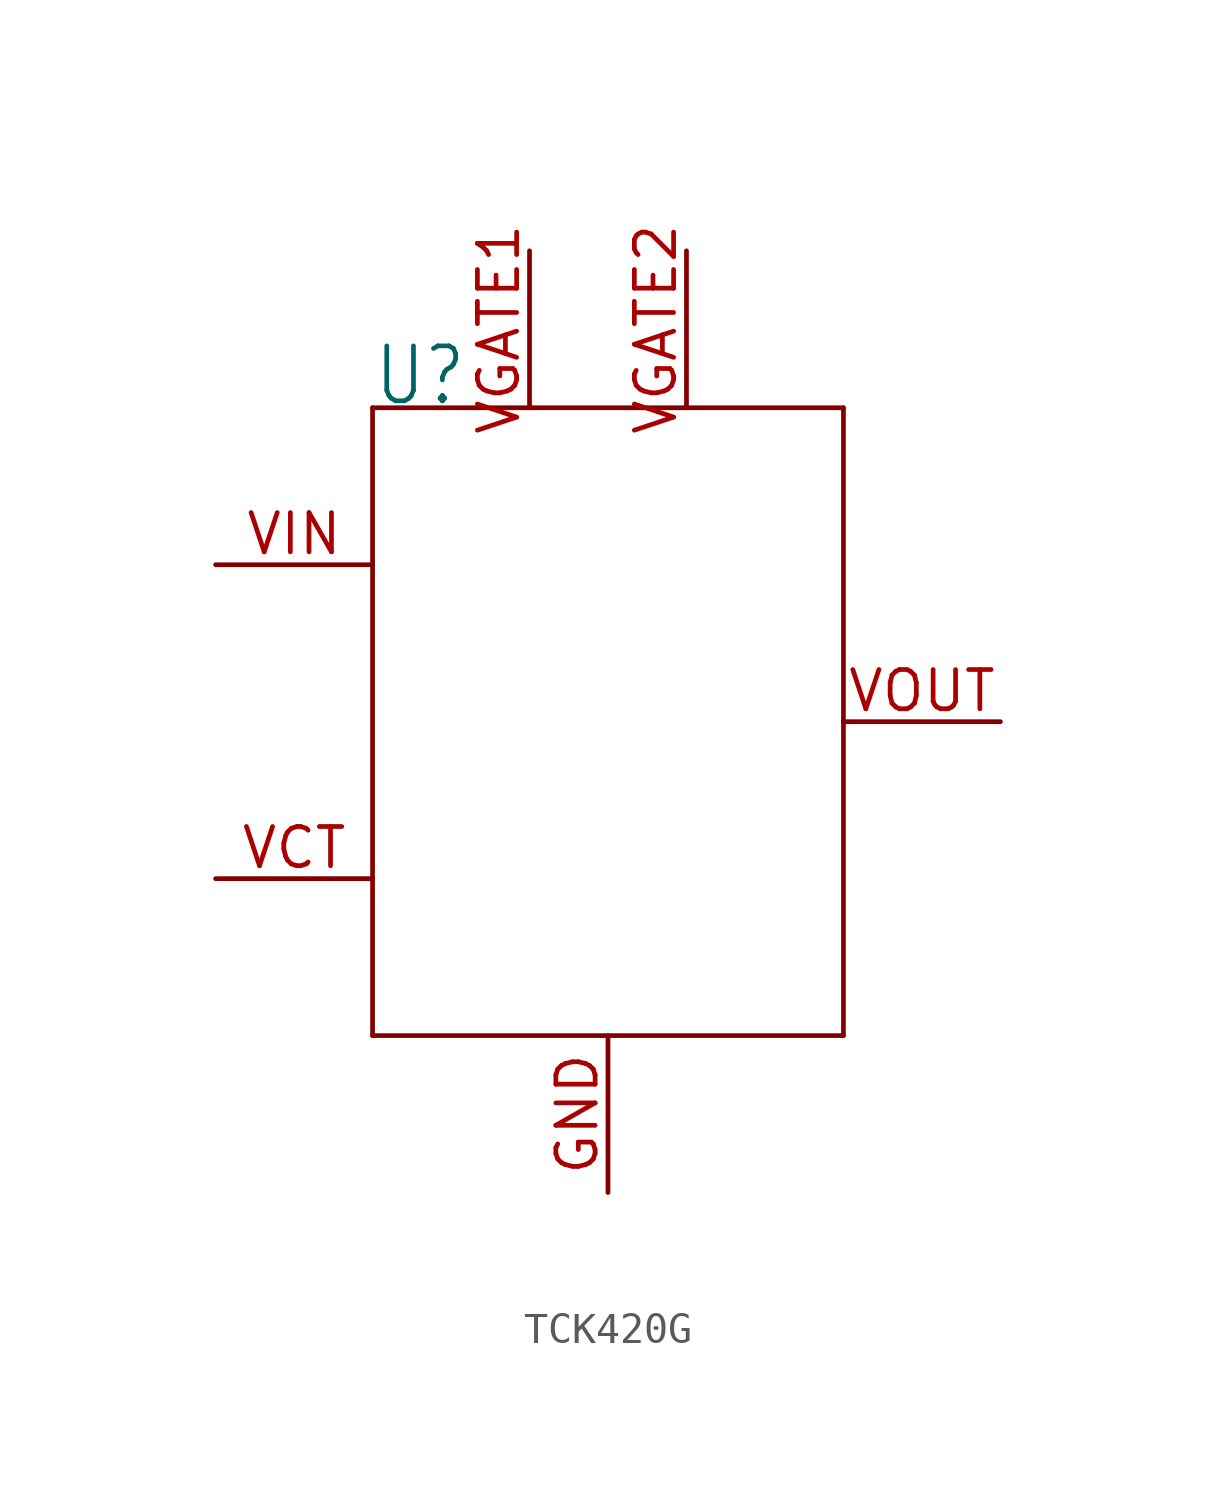
<source format=kicad_sym>
(kicad_symbol_lib
  (version 20220914)
  (generator kicad_symbol_editor)
  (symbol "TCK420G"
    (property "Reference" "U"
      (at 0 20.32 0)
      (effects (font (size 1.778 1.511)) (justify left bottom)))
    (property "Value" ""
      (at 10.16 -2.54 0)
      (effects (font (size 1.778 1.511)) (justify left bottom)))
    (property "ki_locked" ""
      (at 0 0 0)
      (effects (font (size 1.27 1.27))))
    (symbol "TCK420G_1_0"
      (polyline (pts (xy 0 0) (xy 15.24 0)) (stroke (width 0.152) (type solid)) (fill (type none)))
      (polyline (pts (xy 0 20.32) (xy 0 0)) (stroke (width 0.152) (type solid)) (fill (type none)))
      (polyline (pts (xy 15.24 0) (xy 15.24 20.32)) (stroke (width 0.152) (type solid)) (fill (type none)))
      (polyline (pts (xy 15.24 20.32) (xy 0 20.32)) (stroke (width 0.152) (type solid)) (fill (type none)))
      (pin bidirectional line (at 7.62 -5.08 90) (length 5.08) (name "GND" (effects (font (size 0 0)))) (number "GND" (effects (font (size 1.27 1.27)))))
      (pin bidirectional line (at -5.08 5.08 0) (length 5.08) (name "VCT" (effects (font (size 0 0)))) (number "VCT" (effects (font (size 1.27 1.27)))))
      (pin bidirectional line (at 5.08 25.4 270) (length 5.08) (name "VGATE1" (effects (font (size 0 0)))) (number "VGATE1" (effects (font (size 1.27 1.27)))))
      (pin bidirectional line (at 10.16 25.4 270) (length 5.08) (name "VGATE2" (effects (font (size 0 0)))) (number "VGATE2" (effects (font (size 1.27 1.27)))))
      (pin bidirectional line (at -5.08 15.24 0) (length 5.08) (name "VIN" (effects (font (size 0 0)))) (number "VIN" (effects (font (size 1.27 1.27)))))
      (pin bidirectional line (at 20.32 10.16 180) (length 5.08) (name "VOUT" (effects (font (size 0 0)))) (number "VOUT" (effects (font (size 1.27 1.27))))))))
</source>
